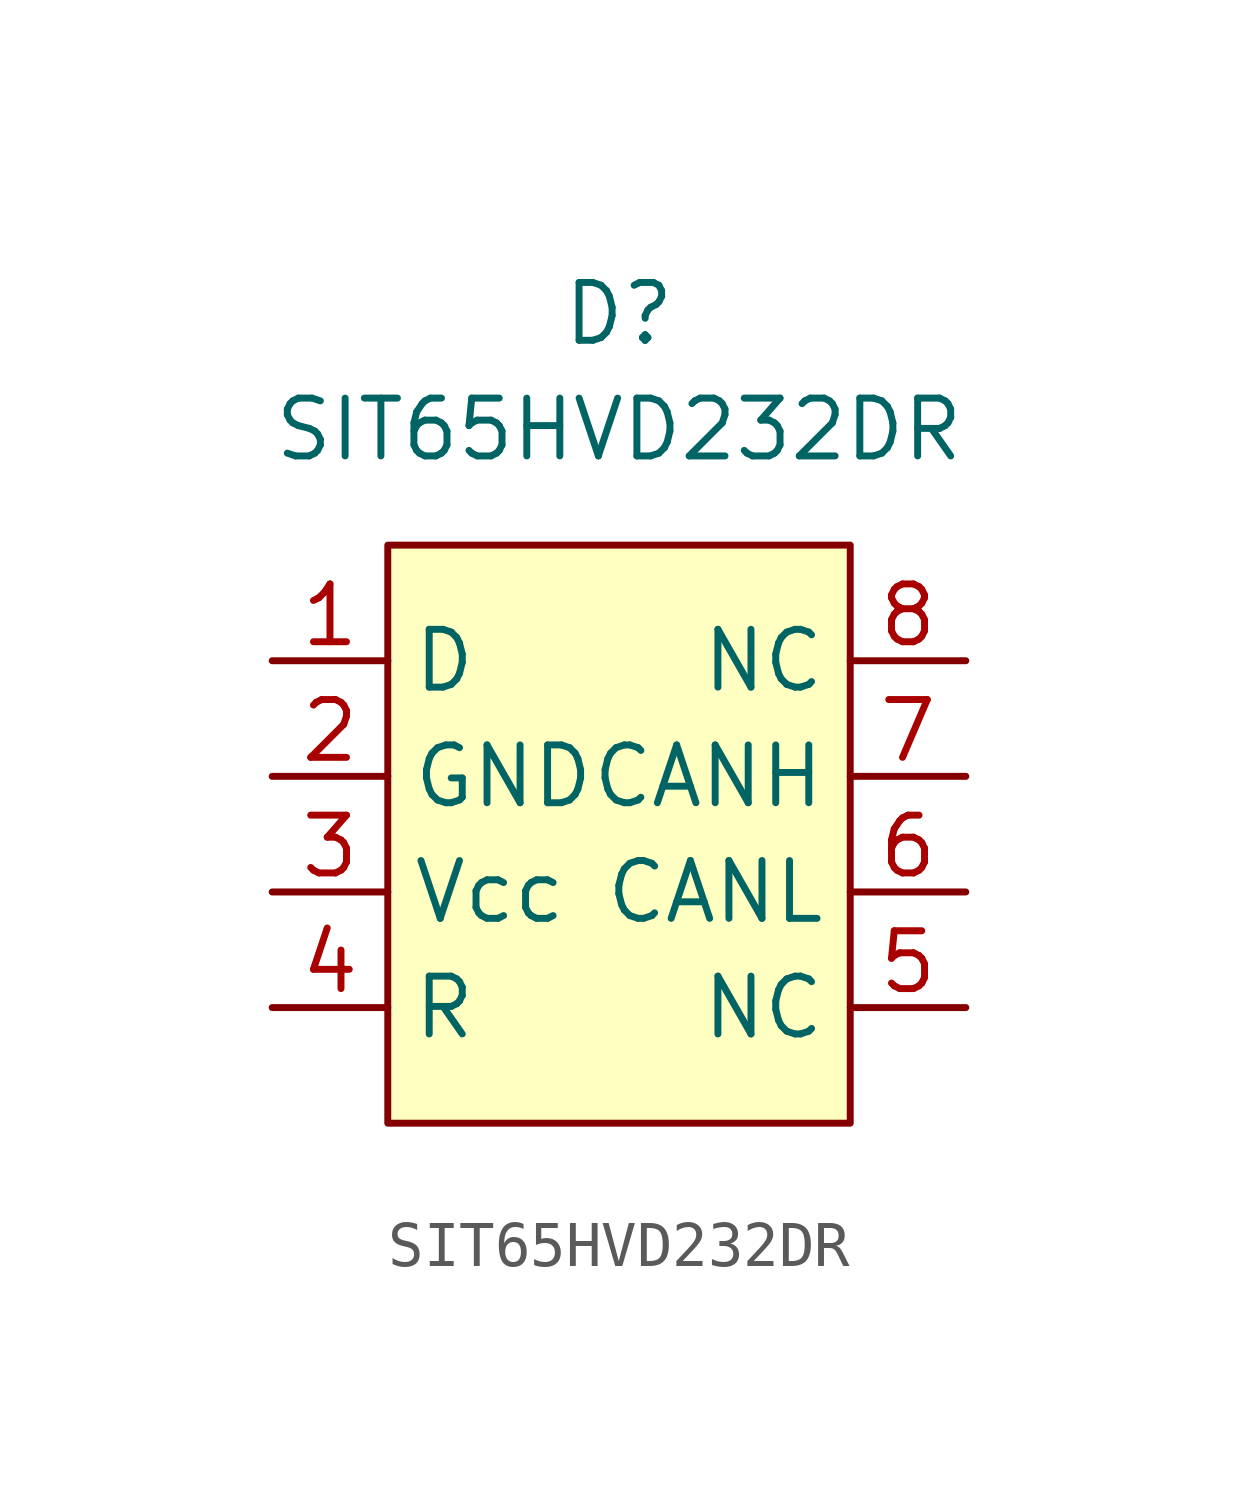
<source format=kicad_sym>
(kicad_symbol_lib
  (version 20220914)
  (generator kicad_symbol_editor)
  (symbol "SIT65HVD232DR"
    (property "Reference" "D"
      (at 0 5.08 0)
      (effects (font (size 1.27 1.27))))
    (property "Value" "SIT65HVD232DR"
      (at 0 2.54 0)
      (effects (font (size 1.27 1.27))))
    (symbol "SIT65HVD232DR_1_1"
      (rectangle (start -5.08 0) (end 5.08 -12.7) (stroke (width 0) (type default)) (fill (type background)))
      (pin input line (at -7.62 -2.54 0) (length 2.54) (name "D" (effects (font (size 1.27 1.27)))) (number "1" (effects (font (size 1.27 1.27)))))
      (pin input line (at -7.62 -5.08 0) (length 2.54) (name "GND" (effects (font (size 1.27 1.27)))) (number "2" (effects (font (size 1.27 1.27)))))
      (pin input line (at -7.62 -7.62 0) (length 2.54) (name "Vcc" (effects (font (size 1.27 1.27)))) (number "3" (effects (font (size 1.27 1.27)))))
      (pin input line (at -7.62 -10.16 0) (length 2.54) (name "R" (effects (font (size 1.27 1.27)))) (number "4" (effects (font (size 1.27 1.27)))))
      (pin input line (at 7.62 -10.16 180) (length 2.54) (name "NC" (effects (font (size 1.27 1.27)))) (number "5" (effects (font (size 1.27 1.27)))))
      (pin input line (at 7.62 -7.62 180) (length 2.54) (name "CANL" (effects (font (size 1.27 1.27)))) (number "6" (effects (font (size 1.27 1.27)))))
      (pin input line (at 7.62 -5.08 180) (length 2.54) (name "CANH" (effects (font (size 1.27 1.27)))) (number "7" (effects (font (size 1.27 1.27)))))
      (pin input line (at 7.62 -2.54 180) (length 2.54) (name "NC" (effects (font (size 1.27 1.27)))) (number "8" (effects (font (size 1.27 1.27))))))))
</source>
